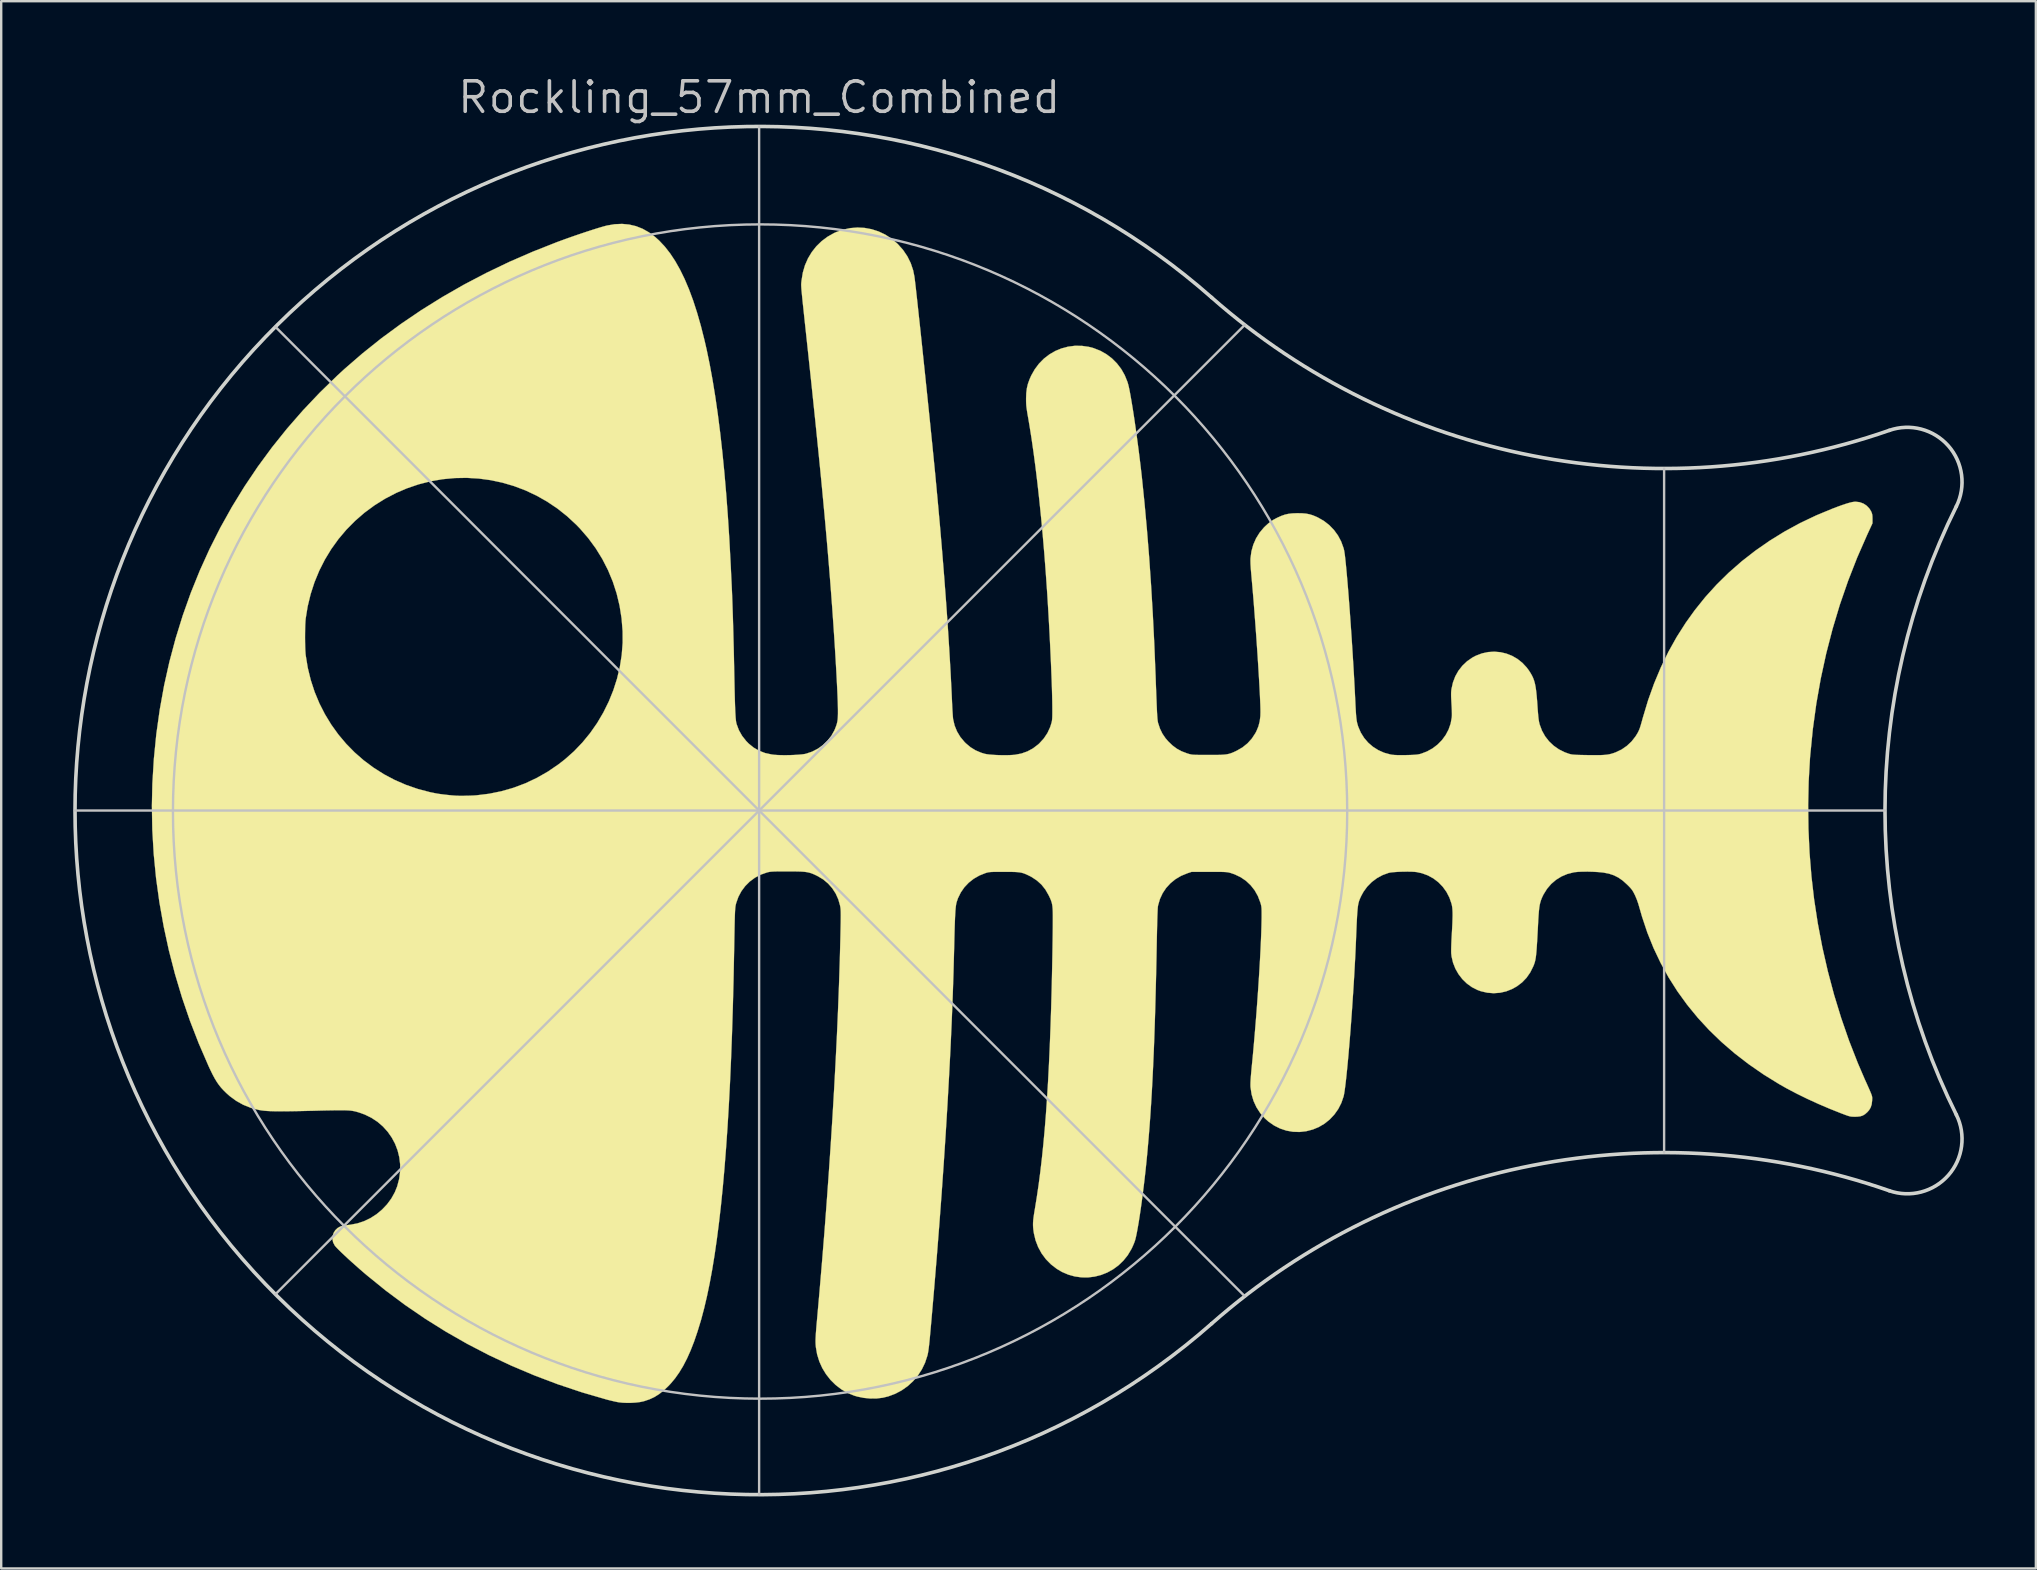
<source format=kicad_pcb>
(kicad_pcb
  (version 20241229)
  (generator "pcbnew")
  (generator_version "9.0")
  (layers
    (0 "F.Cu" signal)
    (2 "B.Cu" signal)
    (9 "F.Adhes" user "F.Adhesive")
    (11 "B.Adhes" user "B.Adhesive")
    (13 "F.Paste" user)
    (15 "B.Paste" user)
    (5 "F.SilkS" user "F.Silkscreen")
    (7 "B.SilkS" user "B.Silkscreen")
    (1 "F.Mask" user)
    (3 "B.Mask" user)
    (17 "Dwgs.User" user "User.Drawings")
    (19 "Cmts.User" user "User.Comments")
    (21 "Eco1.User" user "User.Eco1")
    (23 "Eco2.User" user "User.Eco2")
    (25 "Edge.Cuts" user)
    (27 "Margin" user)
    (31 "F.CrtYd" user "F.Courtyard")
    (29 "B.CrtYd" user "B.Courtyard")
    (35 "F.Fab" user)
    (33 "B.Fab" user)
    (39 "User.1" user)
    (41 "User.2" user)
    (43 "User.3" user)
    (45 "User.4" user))
  (footprint "Rockling_57mm_Combined"
    (layer "F.Cu")
    (at 28.577 30.716)
    (property "Reference" "Rockling_57mm_Combined" (at 0 -29.71 0) (layer "Dwgs.User") (effects (font (size 1.27 1.27) (thickness 0.15))))
    (attr through_hole)
    (fp_poly (pts (xy -5.416 -24.411) (xy -5.131 -24.344) (xy -4.856 -24.235) (xy -4.59 -24.085) (xy -4.333 -23.894) (xy -4.161 -23.739) (xy -3.93 -23.492) (xy -3.709 -23.209) (xy -3.498 -22.89) (xy -3.297 -22.534) (xy -3.105 -22.141) (xy -2.922 -21.709) (xy -2.748 -21.239) (xy -2.583 -20.729) (xy -2.426 -20.179) (xy -2.277 -19.588) (xy -2.189 -19.205) (xy -2.062 -18.592) (xy -1.942 -17.939) (xy -1.829 -17.245) (xy -1.723 -16.511) (xy -1.625 -15.738) (xy -1.534 -14.928) (xy -1.45 -14.079) (xy -1.374 -13.194) (xy -1.305 -12.273) (xy -1.244 -11.317) (xy -1.191 -10.326) (xy -1.182 -10.156) (xy -1.174 -9.978) (xy -1.166 -9.802) (xy -1.158 -9.634) (xy -1.15 -9.483) (xy -1.144 -9.357) (xy -1.14 -9.264) (xy -1.139 -9.246) (xy -1.131 -9.069) (xy -1.123 -8.856) (xy -1.114 -8.61) (xy -1.105 -8.339) (xy -1.095 -8.047) (xy -1.086 -7.74) (xy -1.077 -7.422) (xy -1.069 -7.1) (xy -1.06 -6.779) (xy -1.053 -6.464) (xy -1.047 -6.161) (xy -1.044 -6.029) (xy -1.037 -5.665) (xy -1.03 -5.341) (xy -1.024 -5.054) (xy -1.018 -4.802) (xy -1.012 -4.582) (xy -1.006 -4.392) (xy -1 -4.228) (xy -0.994 -4.09) (xy -0.987 -3.973) (xy -0.981 -3.875) (xy -0.973 -3.795) (xy -0.966 -3.728) (xy -0.957 -3.674) (xy -0.947 -3.629) (xy -0.939 -3.598) (xy -0.845 -3.347) (xy -0.712 -3.112) (xy -0.541 -2.895) (xy -0.434 -2.786) (xy -0.228 -2.62) (xy -0.001 -2.489) (xy 0.248 -2.394) (xy 0.52 -2.335) (xy 0.633 -2.321) (xy 0.775 -2.311) (xy 0.938 -2.306) (xy 1.113 -2.305) (xy 1.294 -2.308) (xy 1.471 -2.315) (xy 1.636 -2.325) (xy 1.78 -2.338) (xy 1.896 -2.354) (xy 1.951 -2.366) (xy 2.205 -2.452) (xy 2.441 -2.573) (xy 2.656 -2.725) (xy 2.845 -2.905) (xy 3.004 -3.108) (xy 3.13 -3.332) (xy 3.16 -3.401) (xy 3.201 -3.508) (xy 3.233 -3.603) (xy 3.255 -3.694) (xy 3.27 -3.789) (xy 3.278 -3.899) (xy 3.282 -4.033) (xy 3.282 -4.199) (xy 3.282 -4.208) (xy 3.279 -4.356) (xy 3.274 -4.543) (xy 3.265 -4.765) (xy 3.254 -5.019) (xy 3.24 -5.301) (xy 3.224 -5.608) (xy 3.206 -5.936) (xy 3.186 -6.283) (xy 3.164 -6.643) (xy 3.141 -7.015) (xy 3.116 -7.395) (xy 3.09 -7.778) (xy 3.063 -8.162) (xy 3.036 -8.544) (xy 3.03 -8.621) (xy 2.992 -9.133) (xy 2.952 -9.647) (xy 2.91 -10.167) (xy 2.866 -10.695) (xy 2.82 -11.233) (xy 2.771 -11.784) (xy 2.72 -12.351) (xy 2.665 -12.935) (xy 2.608 -13.54) (xy 2.547 -14.167) (xy 2.482 -14.82) (xy 2.413 -15.5) (xy 2.341 -16.211) (xy 2.263 -16.954) (xy 2.182 -17.733) (xy 2.095 -18.549) (xy 2.024 -19.215) (xy 1.982 -19.602) (xy 1.945 -19.949) (xy 1.911 -20.259) (xy 1.882 -20.533) (xy 1.856 -20.775) (xy 1.834 -20.986) (xy 1.814 -21.169) (xy 1.798 -21.326) (xy 1.785 -21.46) (xy 1.774 -21.572) (xy 1.765 -21.666) (xy 1.759 -21.743) (xy 1.755 -21.806) (xy 1.752 -21.857) (xy 1.751 -21.898) (xy 1.751 -21.933) (xy 1.753 -21.962) (xy 1.755 -21.989) (xy 1.758 -22.016) (xy 1.761 -22.045) (xy 1.765 -22.078) (xy 1.767 -22.093) (xy 1.819 -22.412) (xy 1.908 -22.716) (xy 2.033 -23.001) (xy 2.192 -23.265) (xy 2.382 -23.506) (xy 2.602 -23.72) (xy 2.85 -23.905) (xy 3.123 -24.059) (xy 3.206 -24.096) (xy 3.498 -24.2) (xy 3.796 -24.263) (xy 4.096 -24.287) (xy 4.394 -24.271) (xy 4.688 -24.216) (xy 4.974 -24.124) (xy 5.248 -23.995) (xy 5.506 -23.829) (xy 5.746 -23.627) (xy 5.785 -23.589) (xy 5.999 -23.347) (xy 6.175 -23.085) (xy 6.314 -22.805) (xy 6.414 -22.508) (xy 6.468 -22.242) (xy 6.477 -22.174) (xy 6.49 -22.066) (xy 6.507 -21.921) (xy 6.528 -21.741) (xy 6.551 -21.53) (xy 6.578 -21.29) (xy 6.607 -21.023) (xy 6.638 -20.732) (xy 6.672 -20.42) (xy 6.708 -20.089) (xy 6.745 -19.741) (xy 6.783 -19.381) (xy 6.822 -19.009) (xy 6.862 -18.628) (xy 6.903 -18.242) (xy 6.943 -17.852) (xy 6.984 -17.462) (xy 7.024 -17.073) (xy 7.064 -16.689) (xy 7.103 -16.312) (xy 7.14 -15.945) (xy 7.176 -15.59) (xy 7.211 -15.25) (xy 7.243 -14.927) (xy 7.273 -14.625) (xy 7.301 -14.344) (xy 7.326 -14.089) (xy 7.327 -14.082) (xy 7.433 -12.952) (xy 7.533 -11.844) (xy 7.625 -10.762) (xy 7.71 -9.706) (xy 7.787 -8.679) (xy 7.857 -7.684) (xy 7.918 -6.722) (xy 7.972 -5.797) (xy 8.017 -4.909) (xy 8.037 -4.462) (xy 8.044 -4.309) (xy 8.052 -4.162) (xy 8.061 -4.029) (xy 8.069 -3.918) (xy 8.076 -3.837) (xy 8.08 -3.806) (xy 8.142 -3.541) (xy 8.243 -3.293) (xy 8.381 -3.063) (xy 8.558 -2.851) (xy 8.612 -2.798) (xy 8.805 -2.636) (xy 9.013 -2.508) (xy 9.245 -2.409) (xy 9.391 -2.364) (xy 9.48 -2.346) (xy 9.604 -2.331) (xy 9.752 -2.319) (xy 9.917 -2.31) (xy 10.089 -2.305) (xy 10.261 -2.304) (xy 10.424 -2.307) (xy 10.568 -2.315) (xy 10.653 -2.322) (xy 10.924 -2.374) (xy 11.176 -2.463) (xy 11.408 -2.589) (xy 11.624 -2.754) (xy 11.672 -2.798) (xy 11.859 -3.003) (xy 12.009 -3.228) (xy 12.123 -3.475) (xy 12.177 -3.647) (xy 12.19 -3.7) (xy 12.2 -3.754) (xy 12.206 -3.817) (xy 12.211 -3.896) (xy 12.213 -3.995) (xy 12.214 -4.123) (xy 12.213 -4.286) (xy 12.213 -4.325) (xy 12.21 -4.55) (xy 12.204 -4.812) (xy 12.196 -5.109) (xy 12.185 -5.434) (xy 12.171 -5.785) (xy 12.156 -6.155) (xy 12.138 -6.542) (xy 12.119 -6.941) (xy 12.099 -7.347) (xy 12.077 -7.756) (xy 12.054 -8.163) (xy 12.03 -8.565) (xy 12.006 -8.957) (xy 11.994 -9.14) (xy 11.938 -9.936) (xy 11.878 -10.716) (xy 11.813 -11.477) (xy 11.744 -12.217) (xy 11.671 -12.932) (xy 11.595 -13.621) (xy 11.515 -14.28) (xy 11.432 -14.906) (xy 11.347 -15.498) (xy 11.259 -16.051) (xy 11.207 -16.358) (xy 11.177 -16.525) (xy 11.156 -16.66) (xy 11.14 -16.771) (xy 11.129 -16.868) (xy 11.123 -16.959) (xy 11.12 -17.054) (xy 11.12 -17.162) (xy 11.12 -17.173) (xy 11.128 -17.394) (xy 11.152 -17.589) (xy 11.195 -17.772) (xy 11.261 -17.957) (xy 11.334 -18.122) (xy 11.483 -18.385) (xy 11.66 -18.62) (xy 11.863 -18.826) (xy 12.089 -19) (xy 12.334 -19.143) (xy 12.595 -19.251) (xy 12.869 -19.324) (xy 13.151 -19.36) (xy 13.44 -19.358) (xy 13.73 -19.317) (xy 13.931 -19.264) (xy 14.208 -19.155) (xy 14.465 -19.011) (xy 14.698 -18.834) (xy 14.905 -18.627) (xy 15.083 -18.394) (xy 15.229 -18.137) (xy 15.342 -17.858) (xy 15.37 -17.765) (xy 15.398 -17.652) (xy 15.43 -17.501) (xy 15.465 -17.315) (xy 15.503 -17.097) (xy 15.544 -16.853) (xy 15.587 -16.584) (xy 15.631 -16.295) (xy 15.675 -15.99) (xy 15.72 -15.672) (xy 15.764 -15.345) (xy 15.808 -15.012) (xy 15.85 -14.677) (xy 15.89 -14.345) (xy 15.928 -14.017) (xy 15.942 -13.892) (xy 16.052 -12.822) (xy 16.153 -11.714) (xy 16.245 -10.571) (xy 16.326 -9.395) (xy 16.398 -8.189) (xy 16.46 -6.957) (xy 16.511 -5.702) (xy 16.514 -5.637) (xy 16.525 -5.312) (xy 16.536 -5.027) (xy 16.545 -4.779) (xy 16.554 -4.564) (xy 16.561 -4.381) (xy 16.568 -4.225) (xy 16.574 -4.096) (xy 16.58 -3.988) (xy 16.586 -3.901) (xy 16.591 -3.831) (xy 16.597 -3.774) (xy 16.603 -3.73) (xy 16.609 -3.694) (xy 16.615 -3.663) (xy 16.619 -3.649) (xy 16.698 -3.41) (xy 16.8 -3.2) (xy 16.931 -3.008) (xy 17.043 -2.879) (xy 17.22 -2.709) (xy 17.402 -2.574) (xy 17.6 -2.467) (xy 17.826 -2.381) (xy 17.851 -2.373) (xy 17.904 -2.357) (xy 17.95 -2.345) (xy 17.995 -2.335) (xy 18.046 -2.327) (xy 18.107 -2.322) (xy 18.184 -2.319) (xy 18.282 -2.317) (xy 18.408 -2.315) (xy 18.566 -2.315) (xy 18.715 -2.315) (xy 18.925 -2.315) (xy 19.098 -2.316) (xy 19.241 -2.32) (xy 19.359 -2.327) (xy 19.458 -2.338) (xy 19.545 -2.354) (xy 19.624 -2.376) (xy 19.703 -2.404) (xy 19.787 -2.44) (xy 19.882 -2.485) (xy 19.9 -2.494) (xy 20.137 -2.631) (xy 20.346 -2.8) (xy 20.525 -2.998) (xy 20.673 -3.224) (xy 20.716 -3.307) (xy 20.799 -3.508) (xy 20.852 -3.713) (xy 20.88 -3.935) (xy 20.884 -4.092) (xy 20.883 -4.231) (xy 20.878 -4.409) (xy 20.869 -4.622) (xy 20.858 -4.867) (xy 20.844 -5.14) (xy 20.827 -5.438) (xy 20.808 -5.757) (xy 20.787 -6.094) (xy 20.765 -6.444) (xy 20.74 -6.806) (xy 20.715 -7.175) (xy 20.688 -7.547) (xy 20.66 -7.919) (xy 20.632 -8.289) (xy 20.604 -8.651) (xy 20.575 -9.003) (xy 20.546 -9.342) (xy 20.518 -9.663) (xy 20.502 -9.839) (xy 20.482 -10.074) (xy 20.47 -10.271) (xy 20.467 -10.429) (xy 20.47 -10.516) (xy 20.508 -10.8) (xy 20.585 -11.074) (xy 20.698 -11.333) (xy 20.846 -11.573) (xy 21.027 -11.789) (xy 21.081 -11.842) (xy 21.203 -11.953) (xy 21.314 -12.041) (xy 21.427 -12.114) (xy 21.557 -12.184) (xy 21.61 -12.21) (xy 21.763 -12.278) (xy 21.904 -12.327) (xy 22.046 -12.359) (xy 22.2 -12.378) (xy 22.379 -12.385) (xy 22.44 -12.386) (xy 22.628 -12.382) (xy 22.786 -12.368) (xy 22.928 -12.34) (xy 23.067 -12.298) (xy 23.215 -12.236) (xy 23.275 -12.208) (xy 23.524 -12.066) (xy 23.749 -11.891) (xy 23.946 -11.687) (xy 24.113 -11.458) (xy 24.246 -11.207) (xy 24.344 -10.937) (xy 24.367 -10.847) (xy 24.381 -10.769) (xy 24.398 -10.652) (xy 24.416 -10.497) (xy 24.436 -10.309) (xy 24.457 -10.09) (xy 24.48 -9.842) (xy 24.504 -9.569) (xy 24.529 -9.273) (xy 24.554 -8.957) (xy 24.58 -8.624) (xy 24.606 -8.276) (xy 24.631 -7.917) (xy 24.657 -7.549) (xy 24.683 -7.175) (xy 24.707 -6.797) (xy 24.731 -6.419) (xy 24.754 -6.043) (xy 24.776 -5.672) (xy 24.796 -5.309) (xy 24.815 -4.956) (xy 24.831 -4.617) (xy 24.833 -4.589) (xy 24.843 -4.373) (xy 24.853 -4.193) (xy 24.862 -4.045) (xy 24.871 -3.924) (xy 24.882 -3.825) (xy 24.893 -3.741) (xy 24.907 -3.669) (xy 24.924 -3.603) (xy 24.943 -3.537) (xy 24.959 -3.488) (xy 25.064 -3.245) (xy 25.203 -3.023) (xy 25.373 -2.825) (xy 25.571 -2.655) (xy 25.793 -2.515) (xy 26.035 -2.407) (xy 26.294 -2.336) (xy 26.367 -2.323) (xy 26.458 -2.314) (xy 26.587 -2.308) (xy 26.747 -2.306) (xy 26.934 -2.308) (xy 26.969 -2.309) (xy 27.128 -2.313) (xy 27.252 -2.318) (xy 27.35 -2.325) (xy 27.427 -2.333) (xy 27.492 -2.345) (xy 27.553 -2.36) (xy 27.57 -2.364) (xy 27.822 -2.46) (xy 28.055 -2.589) (xy 28.264 -2.749) (xy 28.446 -2.935) (xy 28.6 -3.145) (xy 28.721 -3.375) (xy 28.807 -3.622) (xy 28.854 -3.881) (xy 28.855 -3.89) (xy 28.859 -3.958) (xy 28.859 -4.059) (xy 28.856 -4.182) (xy 28.85 -4.319) (xy 28.842 -4.46) (xy 28.833 -4.621) (xy 28.827 -4.749) (xy 28.826 -4.85) (xy 28.828 -4.935) (xy 28.835 -5.012) (xy 28.842 -5.063) (xy 28.903 -5.335) (xy 29 -5.59) (xy 29.132 -5.824) (xy 29.297 -6.034) (xy 29.491 -6.218) (xy 29.713 -6.372) (xy 29.861 -6.45) (xy 30.113 -6.546) (xy 30.369 -6.601) (xy 30.627 -6.617) (xy 30.882 -6.595) (xy 31.13 -6.537) (xy 31.368 -6.443) (xy 31.591 -6.314) (xy 31.795 -6.152) (xy 31.976 -5.958) (xy 32.072 -5.827) (xy 32.14 -5.72) (xy 32.198 -5.617) (xy 32.246 -5.514) (xy 32.286 -5.404) (xy 32.319 -5.283) (xy 32.346 -5.145) (xy 32.369 -4.985) (xy 32.389 -4.797) (xy 32.408 -4.576) (xy 32.42 -4.405) (xy 32.433 -4.212) (xy 32.446 -4.056) (xy 32.457 -3.93) (xy 32.468 -3.829) (xy 32.48 -3.746) (xy 32.493 -3.676) (xy 32.508 -3.613) (xy 32.517 -3.58) (xy 32.612 -3.326) (xy 32.742 -3.093) (xy 32.905 -2.884) (xy 33.098 -2.701) (xy 33.318 -2.547) (xy 33.562 -2.426) (xy 33.737 -2.363) (xy 33.784 -2.35) (xy 33.831 -2.339) (xy 33.883 -2.331) (xy 33.947 -2.325) (xy 34.027 -2.32) (xy 34.128 -2.316) (xy 34.258 -2.313) (xy 34.421 -2.31) (xy 34.541 -2.308) (xy 34.757 -2.306) (xy 34.937 -2.306) (xy 35.086 -2.309) (xy 35.211 -2.316) (xy 35.317 -2.326) (xy 35.41 -2.341) (xy 35.496 -2.362) (xy 35.582 -2.388) (xy 35.673 -2.421) (xy 35.692 -2.428) (xy 35.93 -2.542) (xy 36.148 -2.693) (xy 36.342 -2.875) (xy 36.509 -3.088) (xy 36.587 -3.214) (xy 36.619 -3.273) (xy 36.647 -3.332) (xy 36.674 -3.396) (xy 36.701 -3.473) (xy 36.731 -3.57) (xy 36.766 -3.692) (xy 36.809 -3.848) (xy 36.815 -3.87) (xy 37.033 -4.595) (xy 37.283 -5.293) (xy 37.564 -5.964) (xy 37.877 -6.608) (xy 38.223 -7.228) (xy 38.603 -7.824) (xy 38.977 -8.346) (xy 39.418 -8.895) (xy 39.893 -9.418) (xy 40.4 -9.916) (xy 40.938 -10.386) (xy 41.505 -10.828) (xy 42.1 -11.241) (xy 42.722 -11.625) (xy 43.369 -11.977) (xy 44.04 -12.296) (xy 44.697 -12.569) (xy 44.928 -12.657) (xy 45.123 -12.727) (xy 45.287 -12.782) (xy 45.423 -12.822) (xy 45.534 -12.849) (xy 45.624 -12.862) (xy 45.675 -12.865) (xy 45.846 -12.845) (xy 46.003 -12.788) (xy 46.142 -12.696) (xy 46.256 -12.574) (xy 46.321 -12.468) (xy 46.35 -12.401) (xy 46.368 -12.342) (xy 46.377 -12.273) (xy 46.38 -12.181) (xy 46.38 -12.156) (xy 46.38 -11.966) (xy 46.165 -11.5) (xy 45.745 -10.542) (xy 45.364 -9.567) (xy 45.021 -8.575) (xy 44.718 -7.567) (xy 44.453 -6.543) (xy 44.227 -5.505) (xy 44.041 -4.454) (xy 43.895 -3.389) (xy 43.788 -2.312) (xy 43.777 -2.176) (xy 43.722 -1.206) (xy 43.701 -0.22) (xy 43.713 0.774) (xy 43.759 1.768) (xy 43.839 2.752) (xy 43.947 3.687) (xy 44.101 4.696) (xy 44.292 5.699) (xy 44.519 6.693) (xy 44.78 7.675) (xy 45.076 8.641) (xy 45.404 9.587) (xy 45.764 10.509) (xy 46.057 11.191) (xy 46.14 11.373) (xy 46.206 11.522) (xy 46.259 11.641) (xy 46.299 11.735) (xy 46.329 11.808) (xy 46.349 11.865) (xy 46.362 11.911) (xy 46.368 11.95) (xy 46.37 11.987) (xy 46.368 12.026) (xy 46.366 12.072) (xy 46.365 12.089) (xy 46.347 12.243) (xy 46.306 12.37) (xy 46.24 12.482) (xy 46.167 12.565) (xy 46.072 12.649) (xy 45.978 12.706) (xy 45.873 12.74) (xy 45.747 12.755) (xy 45.66 12.757) (xy 45.585 12.756) (xy 45.524 12.754) (xy 45.469 12.747) (xy 45.411 12.734) (xy 45.342 12.713) (xy 45.254 12.682) (xy 45.139 12.638) (xy 45.077 12.615) (xy 44.599 12.425) (xy 44.124 12.222) (xy 43.661 12.01) (xy 43.217 11.792) (xy 42.801 11.573) (xy 42.496 11.4) (xy 41.842 10.996) (xy 41.224 10.568) (xy 40.64 10.118) (xy 40.092 9.645) (xy 39.579 9.15) (xy 39.102 8.633) (xy 38.661 8.094) (xy 38.256 7.534) (xy 37.887 6.953) (xy 37.555 6.35) (xy 37.259 5.727) (xy 37 5.084) (xy 36.779 4.42) (xy 36.687 4.099) (xy 36.625 3.886) (xy 36.562 3.706) (xy 36.496 3.55) (xy 36.481 3.518) (xy 36.433 3.423) (xy 36.39 3.347) (xy 36.343 3.281) (xy 36.285 3.213) (xy 36.208 3.133) (xy 36.158 3.084) (xy 35.98 2.923) (xy 35.799 2.796) (xy 35.608 2.699) (xy 35.401 2.63) (xy 35.169 2.585) (xy 34.971 2.565) (xy 34.742 2.552) (xy 34.521 2.546) (xy 34.316 2.547) (xy 34.135 2.554) (xy 33.985 2.568) (xy 33.935 2.576) (xy 33.67 2.643) (xy 33.424 2.747) (xy 33.199 2.886) (xy 32.997 3.058) (xy 32.823 3.261) (xy 32.679 3.492) (xy 32.644 3.562) (xy 32.602 3.654) (xy 32.568 3.743) (xy 32.54 3.835) (xy 32.517 3.934) (xy 32.499 4.049) (xy 32.484 4.184) (xy 32.471 4.346) (xy 32.458 4.541) (xy 32.452 4.661) (xy 32.437 4.954) (xy 32.423 5.209) (xy 32.411 5.429) (xy 32.399 5.616) (xy 32.388 5.776) (xy 32.377 5.91) (xy 32.366 6.022) (xy 32.354 6.117) (xy 32.341 6.197) (xy 32.326 6.266) (xy 32.31 6.327) (xy 32.292 6.383) (xy 32.271 6.439) (xy 32.249 6.492) (xy 32.123 6.745) (xy 31.968 6.968) (xy 31.784 7.16) (xy 31.569 7.323) (xy 31.372 7.434) (xy 31.123 7.533) (xy 30.865 7.592) (xy 30.6 7.611) (xy 30.334 7.59) (xy 30.073 7.53) (xy 29.923 7.476) (xy 29.691 7.358) (xy 29.481 7.206) (xy 29.294 7.024) (xy 29.134 6.816) (xy 29.004 6.588) (xy 28.907 6.342) (xy 28.846 6.083) (xy 28.831 5.951) (xy 28.829 5.888) (xy 28.829 5.79) (xy 28.832 5.665) (xy 28.837 5.519) (xy 28.844 5.359) (xy 28.853 5.193) (xy 28.854 5.179) (xy 28.868 4.926) (xy 28.879 4.711) (xy 28.885 4.529) (xy 28.889 4.376) (xy 28.888 4.248) (xy 28.883 4.141) (xy 28.875 4.049) (xy 28.863 3.969) (xy 28.847 3.896) (xy 28.845 3.888) (xy 28.756 3.629) (xy 28.633 3.391) (xy 28.479 3.177) (xy 28.297 2.989) (xy 28.089 2.83) (xy 27.86 2.704) (xy 27.612 2.613) (xy 27.387 2.564) (xy 27.288 2.554) (xy 27.161 2.548) (xy 27.015 2.546) (xy 26.859 2.547) (xy 26.701 2.551) (xy 26.55 2.559) (xy 26.416 2.569) (xy 26.306 2.581) (xy 26.23 2.596) (xy 26.229 2.596) (xy 25.973 2.689) (xy 25.736 2.818) (xy 25.521 2.979) (xy 25.333 3.169) (xy 25.176 3.385) (xy 25.087 3.547) (xy 25.056 3.613) (xy 25.029 3.672) (xy 25.006 3.73) (xy 24.986 3.789) (xy 24.969 3.852) (xy 24.954 3.924) (xy 24.941 4.008) (xy 24.93 4.108) (xy 24.92 4.226) (xy 24.91 4.367) (xy 24.901 4.534) (xy 24.891 4.731) (xy 24.881 4.961) (xy 24.87 5.228) (xy 24.864 5.391) (xy 24.849 5.736) (xy 24.832 6.095) (xy 24.812 6.465) (xy 24.791 6.844) (xy 24.768 7.229) (xy 24.743 7.618) (xy 24.717 8.006) (xy 24.691 8.392) (xy 24.663 8.773) (xy 24.635 9.145) (xy 24.606 9.507) (xy 24.577 9.854) (xy 24.549 10.186) (xy 24.52 10.497) (xy 24.492 10.787) (xy 24.465 11.052) (xy 24.439 11.289) (xy 24.414 11.495) (xy 24.391 11.668) (xy 24.369 11.805) (xy 24.349 11.902) (xy 24.346 11.914) (xy 24.253 12.184) (xy 24.125 12.435) (xy 23.963 12.664) (xy 23.772 12.868) (xy 23.555 13.043) (xy 23.314 13.186) (xy 23.07 13.287) (xy 22.792 13.36) (xy 22.512 13.392) (xy 22.235 13.383) (xy 21.963 13.335) (xy 21.701 13.247) (xy 21.451 13.122) (xy 21.218 12.96) (xy 21.063 12.821) (xy 20.872 12.602) (xy 20.716 12.361) (xy 20.596 12.1) (xy 20.514 11.822) (xy 20.471 11.531) (xy 20.469 11.508) (xy 20.467 11.427) (xy 20.469 11.324) (xy 20.476 11.195) (xy 20.488 11.035) (xy 20.505 10.841) (xy 20.522 10.661) (xy 20.564 10.235) (xy 20.604 9.794) (xy 20.643 9.342) (xy 20.681 8.883) (xy 20.718 8.421) (xy 20.752 7.96) (xy 20.784 7.505) (xy 20.814 7.058) (xy 20.841 6.624) (xy 20.865 6.207) (xy 20.886 5.81) (xy 20.903 5.438) (xy 20.917 5.096) (xy 20.926 4.785) (xy 20.932 4.511) (xy 20.933 4.417) (xy 20.933 4.275) (xy 20.932 4.166) (xy 20.929 4.082) (xy 20.923 4.016) (xy 20.913 3.957) (xy 20.899 3.899) (xy 20.879 3.831) (xy 20.878 3.829) (xy 20.776 3.563) (xy 20.641 3.323) (xy 20.475 3.112) (xy 20.28 2.929) (xy 20.058 2.778) (xy 19.809 2.659) (xy 19.642 2.602) (xy 19.596 2.589) (xy 19.552 2.579) (xy 19.505 2.571) (xy 19.45 2.565) (xy 19.382 2.561) (xy 19.295 2.558) (xy 19.185 2.556) (xy 19.046 2.555) (xy 18.873 2.555) (xy 18.747 2.555) (xy 18.017 2.555) (xy 17.837 2.615) (xy 17.577 2.722) (xy 17.342 2.861) (xy 17.134 3.03) (xy 16.955 3.225) (xy 16.809 3.444) (xy 16.697 3.684) (xy 16.621 3.944) (xy 16.61 4.001) (xy 16.606 4.045) (xy 16.601 4.126) (xy 16.596 4.241) (xy 16.59 4.386) (xy 16.585 4.555) (xy 16.58 4.746) (xy 16.575 4.953) (xy 16.57 5.173) (xy 16.567 5.317) (xy 16.552 6.11) (xy 16.536 6.862) (xy 16.518 7.578) (xy 16.5 8.258) (xy 16.48 8.905) (xy 16.459 9.521) (xy 16.436 10.11) (xy 16.411 10.673) (xy 16.385 11.212) (xy 16.357 11.73) (xy 16.327 12.23) (xy 16.295 12.714) (xy 16.261 13.183) (xy 16.224 13.641) (xy 16.185 14.09) (xy 16.163 14.334) (xy 16.13 14.668) (xy 16.095 15.006) (xy 16.057 15.343) (xy 16.017 15.676) (xy 15.976 16.001) (xy 15.935 16.315) (xy 15.893 16.614) (xy 15.851 16.894) (xy 15.811 17.151) (xy 15.771 17.382) (xy 15.734 17.584) (xy 15.699 17.752) (xy 15.667 17.883) (xy 15.655 17.922) (xy 15.625 18.007) (xy 15.581 18.112) (xy 15.532 18.221) (xy 15.506 18.272) (xy 15.354 18.527) (xy 15.173 18.752) (xy 14.968 18.949) (xy 14.743 19.114) (xy 14.5 19.248) (xy 14.244 19.349) (xy 13.977 19.417) (xy 13.704 19.451) (xy 13.428 19.449) (xy 13.152 19.411) (xy 12.88 19.336) (xy 12.616 19.223) (xy 12.398 19.094) (xy 12.156 18.907) (xy 11.945 18.692) (xy 11.767 18.452) (xy 11.623 18.189) (xy 11.514 17.906) (xy 11.443 17.605) (xy 11.423 17.463) (xy 11.413 17.363) (xy 11.409 17.269) (xy 11.41 17.174) (xy 11.417 17.07) (xy 11.431 16.949) (xy 11.452 16.804) (xy 11.481 16.626) (xy 11.488 16.588) (xy 11.568 16.091) (xy 11.644 15.576) (xy 11.714 15.04) (xy 11.779 14.483) (xy 11.839 13.902) (xy 11.895 13.294) (xy 11.946 12.659) (xy 11.992 11.993) (xy 12.035 11.295) (xy 12.073 10.562) (xy 12.108 9.794) (xy 12.139 8.987) (xy 12.164 8.227) (xy 12.173 7.892) (xy 12.183 7.538) (xy 12.192 7.172) (xy 12.2 6.801) (xy 12.208 6.43) (xy 12.215 6.067) (xy 12.221 5.718) (xy 12.226 5.391) (xy 12.23 5.091) (xy 12.233 4.825) (xy 12.233 4.777) (xy 12.234 4.559) (xy 12.234 4.378) (xy 12.232 4.228) (xy 12.227 4.104) (xy 12.218 4) (xy 12.205 3.912) (xy 12.187 3.833) (xy 12.162 3.758) (xy 12.132 3.682) (xy 12.093 3.598) (xy 12.059 3.528) (xy 11.924 3.292) (xy 11.762 3.089) (xy 11.572 2.917) (xy 11.352 2.771) (xy 11.264 2.725) (xy 11.169 2.679) (xy 11.086 2.642) (xy 11.008 2.613) (xy 10.929 2.591) (xy 10.843 2.576) (xy 10.743 2.565) (xy 10.623 2.559) (xy 10.476 2.556) (xy 10.297 2.555) (xy 10.196 2.555) (xy 10.018 2.555) (xy 9.878 2.555) (xy 9.767 2.557) (xy 9.682 2.56) (xy 9.615 2.565) (xy 9.562 2.572) (xy 9.515 2.581) (xy 9.47 2.593) (xy 9.434 2.604) (xy 9.177 2.706) (xy 8.941 2.841) (xy 8.731 3.006) (xy 8.549 3.198) (xy 8.399 3.415) (xy 8.282 3.653) (xy 8.226 3.818) (xy 8.214 3.867) (xy 8.203 3.925) (xy 8.193 3.995) (xy 8.184 4.079) (xy 8.175 4.182) (xy 8.168 4.305) (xy 8.16 4.452) (xy 8.153 4.625) (xy 8.146 4.828) (xy 8.139 5.063) (xy 8.132 5.333) (xy 8.125 5.642) (xy 8.121 5.782) (xy 8.095 6.769) (xy 8.061 7.796) (xy 8.018 8.861) (xy 7.968 9.963) (xy 7.909 11.099) (xy 7.843 12.268) (xy 7.77 13.469) (xy 7.689 14.699) (xy 7.601 15.958) (xy 7.505 17.243) (xy 7.402 18.552) (xy 7.292 19.884) (xy 7.175 21.238) (xy 7.136 21.673) (xy 7.115 21.906) (xy 7.096 22.102) (xy 7.079 22.265) (xy 7.063 22.399) (xy 7.048 22.508) (xy 7.033 22.598) (xy 7.017 22.673) (xy 7.008 22.71) (xy 6.91 23.007) (xy 6.776 23.285) (xy 6.609 23.541) (xy 6.412 23.774) (xy 6.188 23.979) (xy 5.939 24.155) (xy 5.67 24.298) (xy 5.382 24.406) (xy 5.15 24.463) (xy 4.898 24.494) (xy 4.629 24.496) (xy 4.355 24.469) (xy 4.09 24.415) (xy 3.955 24.375) (xy 3.678 24.261) (xy 3.419 24.111) (xy 3.183 23.929) (xy 2.97 23.718) (xy 2.785 23.482) (xy 2.628 23.225) (xy 2.504 22.948) (xy 2.414 22.656) (xy 2.362 22.353) (xy 2.352 22.233) (xy 2.349 22.149) (xy 2.349 22.052) (xy 2.354 21.934) (xy 2.362 21.793) (xy 2.375 21.621) (xy 2.392 21.415) (xy 2.404 21.287) (xy 2.514 20.04) (xy 2.619 18.798) (xy 2.719 17.564) (xy 2.812 16.34) (xy 2.899 15.13) (xy 2.98 13.936) (xy 3.055 12.76) (xy 3.123 11.606) (xy 3.184 10.476) (xy 3.239 9.373) (xy 3.286 8.3) (xy 3.326 7.258) (xy 3.359 6.252) (xy 3.384 5.283) (xy 3.393 4.872) (xy 3.397 4.671) (xy 3.399 4.507) (xy 3.4 4.374) (xy 3.399 4.268) (xy 3.397 4.183) (xy 3.393 4.114) (xy 3.387 4.055) (xy 3.378 4.001) (xy 3.371 3.962) (xy 3.297 3.702) (xy 3.188 3.459) (xy 3.044 3.237) (xy 2.87 3.04) (xy 2.668 2.871) (xy 2.445 2.737) (xy 2.342 2.686) (xy 2.251 2.645) (xy 2.166 2.612) (xy 2.082 2.587) (xy 1.992 2.568) (xy 1.891 2.554) (xy 1.773 2.545) (xy 1.631 2.54) (xy 1.461 2.537) (xy 1.255 2.536) (xy 1.189 2.536) (xy 0.996 2.536) (xy 0.84 2.537) (xy 0.716 2.538) (xy 0.618 2.541) (xy 0.54 2.545) (xy 0.478 2.55) (xy 0.426 2.558) (xy 0.378 2.567) (xy 0.33 2.58) (xy 0.321 2.582) (xy 0.062 2.673) (xy -0.177 2.8) (xy -0.393 2.959) (xy -0.581 3.147) (xy -0.74 3.36) (xy -0.866 3.597) (xy -0.957 3.854) (xy -0.96 3.868) (xy -0.97 3.904) (xy -0.978 3.939) (xy -0.985 3.976) (xy -0.991 4.019) (xy -0.996 4.069) (xy -1.001 4.131) (xy -1.006 4.207) (xy -1.01 4.3) (xy -1.014 4.412) (xy -1.018 4.547) (xy -1.022 4.708) (xy -1.026 4.897) (xy -1.03 5.117) (xy -1.035 5.372) (xy -1.04 5.665) (xy -1.045 5.909) (xy -1.068 7.073) (xy -1.097 8.196) (xy -1.131 9.276) (xy -1.17 10.316) (xy -1.214 11.315) (xy -1.264 12.273) (xy -1.319 13.192) (xy -1.38 14.07) (xy -1.446 14.908) (xy -1.517 15.708) (xy -1.594 16.468) (xy -1.677 17.19) (xy -1.765 17.873) (xy -1.858 18.518) (xy -1.957 19.125) (xy -2.062 19.695) (xy -2.173 20.228) (xy -2.289 20.723) (xy -2.41 21.182) (xy -2.431 21.255) (xy -2.569 21.706) (xy -2.709 22.117) (xy -2.855 22.491) (xy -3.006 22.829) (xy -3.164 23.135) (xy -3.33 23.41) (xy -3.505 23.658) (xy -3.691 23.88) (xy -3.794 23.988) (xy -3.988 24.169) (xy -4.175 24.316) (xy -4.364 24.434) (xy -4.562 24.527) (xy -4.779 24.601) (xy -4.817 24.612) (xy -4.962 24.643) (xy -5.134 24.664) (xy -5.324 24.676) (xy -5.516 24.678) (xy -5.7 24.67) (xy -5.857 24.652) (xy -5.948 24.635) (xy -6.066 24.609) (xy -6.197 24.578) (xy -6.329 24.545) (xy -6.365 24.535) (xy -7.381 24.239) (xy -8.378 23.906) (xy -9.355 23.537) (xy -10.312 23.133) (xy -11.247 22.694) (xy -12.16 22.22) (xy -13.049 21.713) (xy -13.914 21.172) (xy -14.753 20.598) (xy -15.566 19.992) (xy -16.352 19.354) (xy -16.443 19.277) (xy -16.624 19.121) (xy -16.801 18.964) (xy -16.972 18.812) (xy -17.133 18.666) (xy -17.28 18.529) (xy -17.41 18.406) (xy -17.52 18.298) (xy -17.606 18.21) (xy -17.665 18.144) (xy -17.684 18.119) (xy -17.749 17.991) (xy -17.777 17.857) (xy -17.769 17.724) (xy -17.729 17.598) (xy -17.66 17.486) (xy -17.563 17.393) (xy -17.443 17.327) (xy -17.342 17.299) (xy -17.267 17.287) (xy -17.167 17.273) (xy -17.061 17.259) (xy -17.025 17.255) (xy -16.736 17.2) (xy -16.456 17.107) (xy -16.189 16.978) (xy -15.938 16.816) (xy -15.709 16.624) (xy -15.503 16.407) (xy -15.325 16.166) (xy -15.18 15.905) (xy -15.08 15.657) (xy -14.999 15.351) (xy -14.958 15.046) (xy -14.956 14.743) (xy -14.992 14.447) (xy -15.063 14.159) (xy -15.168 13.884) (xy -15.306 13.625) (xy -15.475 13.384) (xy -15.673 13.164) (xy -15.899 12.969) (xy -16.151 12.803) (xy -16.428 12.667) (xy -16.614 12.599) (xy -16.688 12.575) (xy -16.755 12.555) (xy -16.82 12.537) (xy -16.885 12.523) (xy -16.954 12.511) (xy -17.03 12.501) (xy -17.117 12.494) (xy -17.218 12.49) (xy -17.336 12.487) (xy -17.475 12.487) (xy -17.638 12.488) (xy -17.829 12.491) (xy -18.051 12.495) (xy -18.307 12.501) (xy -18.601 12.509) (xy -18.706 12.511) (xy -19.047 12.519) (xy -19.349 12.525) (xy -19.614 12.529) (xy -19.847 12.531) (xy -20.05 12.531) (xy -20.227 12.528) (xy -20.38 12.523) (xy -20.512 12.516) (xy -20.627 12.506) (xy -20.728 12.494) (xy -20.818 12.479) (xy -20.85 12.473) (xy -21.183 12.384) (xy -21.495 12.259) (xy -21.785 12.097) (xy -22.056 11.898) (xy -22.193 11.776) (xy -22.312 11.659) (xy -22.416 11.546) (xy -22.509 11.429) (xy -22.596 11.304) (xy -22.682 11.162) (xy -22.77 10.998) (xy -22.864 10.806) (xy -22.942 10.638) (xy -23.346 9.706) (xy -23.714 8.757) (xy -24.044 7.792) (xy -24.337 6.814) (xy -24.592 5.825) (xy -24.808 4.828) (xy -24.986 3.825) (xy -25.125 2.818) (xy -25.223 1.809) (xy -25.282 0.801) (xy -25.299 -0.203) (xy -25.279 -1.118) (xy -25.216 -2.16) (xy -25.114 -3.19) (xy -24.971 -4.207) (xy -24.79 -5.21) (xy -24.569 -6.198) (xy -24.31 -7.171) (xy -24.302 -7.196) (xy -18.919 -7.196) (xy -18.917 -7.006) (xy -18.913 -6.826) (xy -18.907 -6.666) (xy -18.898 -6.535) (xy -18.892 -6.473) (xy -18.806 -5.947) (xy -18.681 -5.437) (xy -18.52 -4.943) (xy -18.323 -4.468) (xy -18.091 -4.013) (xy -17.827 -3.579) (xy -17.532 -3.168) (xy -17.207 -2.782) (xy -16.854 -2.422) (xy -16.474 -2.09) (xy -16.068 -1.787) (xy -15.638 -1.514) (xy -15.186 -1.274) (xy -14.712 -1.068) (xy -14.219 -0.897) (xy -13.708 -0.763) (xy -13.49 -0.719) (xy -13.386 -0.7) (xy -13.276 -0.684) (xy -13.152 -0.668) (xy -13.006 -0.651) (xy -12.83 -0.633) (xy -12.728 -0.624) (xy -12.632 -0.618) (xy -12.504 -0.614) (xy -12.356 -0.614) (xy -12.198 -0.615) (xy -12.042 -0.619) (xy -11.898 -0.625) (xy -11.782 -0.633) (xy -11.252 -0.698) (xy -10.733 -0.804) (xy -10.228 -0.95) (xy -9.736 -1.135) (xy -9.26 -1.36) (xy -8.801 -1.622) (xy -8.361 -1.923) (xy -8.092 -2.132) (xy -7.713 -2.469) (xy -7.362 -2.836) (xy -7.04 -3.229) (xy -6.749 -3.646) (xy -6.491 -4.084) (xy -6.266 -4.539) (xy -6.076 -5.01) (xy -5.921 -5.493) (xy -5.804 -5.985) (xy -5.726 -6.484) (xy -5.687 -6.987) (xy -5.689 -7.468) (xy -5.732 -8.005) (xy -5.815 -8.53) (xy -5.938 -9.042) (xy -6.099 -9.538) (xy -6.299 -10.019) (xy -6.536 -10.481) (xy -6.809 -10.924) (xy -7.119 -11.346) (xy -7.465 -11.746) (xy -7.616 -11.903) (xy -8.001 -12.26) (xy -8.408 -12.583) (xy -8.835 -12.87) (xy -9.279 -13.121) (xy -9.738 -13.337) (xy -10.211 -13.516) (xy -10.694 -13.658) (xy -11.186 -13.763) (xy -11.684 -13.83) (xy -12.186 -13.859) (xy -12.69 -13.85) (xy -13.193 -13.802) (xy -13.694 -13.715) (xy -14.19 -13.588) (xy -14.679 -13.421) (xy -15.113 -13.235) (xy -15.582 -12.991) (xy -16.026 -12.714) (xy -16.444 -12.406) (xy -16.834 -12.067) (xy -17.196 -11.701) (xy -17.527 -11.309) (xy -17.827 -10.892) (xy -18.094 -10.452) (xy -18.327 -9.992) (xy -18.525 -9.512) (xy -18.686 -9.015) (xy -18.81 -8.503) (xy -18.892 -7.997) (xy -18.902 -7.886) (xy -18.91 -7.742) (xy -18.915 -7.573) (xy -18.918 -7.388) (xy -18.919 -7.196) (xy -24.302 -7.196) (xy -24.013 -8.128) (xy -23.678 -9.069) (xy -23.305 -9.992) (xy -22.895 -10.897) (xy -22.448 -11.783) (xy -21.964 -12.65) (xy -21.444 -13.497) (xy -20.888 -14.323) (xy -20.297 -15.127) (xy -19.67 -15.909) (xy -19.008 -16.668) (xy -18.312 -17.403) (xy -17.581 -18.114) (xy -17.279 -18.392) (xy -16.525 -19.045) (xy -15.739 -19.673) (xy -14.92 -20.274) (xy -14.072 -20.849) (xy -13.194 -21.395) (xy -12.29 -21.913) (xy -11.358 -22.401) (xy -10.403 -22.859) (xy -9.423 -23.285) (xy -8.422 -23.68) (xy -8.103 -23.797) (xy -7.876 -23.878) (xy -7.645 -23.959) (xy -7.415 -24.037) (xy -7.191 -24.112) (xy -6.979 -24.181) (xy -6.784 -24.243) (xy -6.612 -24.295) (xy -6.467 -24.337) (xy -6.355 -24.366) (xy -6.337 -24.371) (xy -6.018 -24.425) (xy -5.711 -24.438) (xy -5.416 -24.411)) (stroke (width 0.01) (type solid)) (fill yes) (layer "F.SilkS"))
    (fp_line (start -0.002 -28.498) (end -0.002 28.502) (stroke (width 0.1) (type solid)) (layer "Dwgs.User"))
    (fp_line (start 20.23 -20.23) (end -20.154 20.154) (stroke (width 0.1) (type solid)) (layer "Dwgs.User"))
    (fp_line (start 20.23 20.234) (end -20.154 -20.151) (stroke (width 0.1) (type solid)) (layer "Dwgs.User"))
    (fp_line (start 37.7 -14.248) (end 37.7 14.252) (stroke (width 0.1) (type solid)) (layer "Dwgs.User"))
    (fp_line (start 46.902 0.002) (end -28.502 0.002) (stroke (width 0.1) (type solid)) (layer "Dwgs.User"))
    (fp_circle (center 0.038 0.042) (end 24.498 0.042) (stroke (width 0.1) (type solid)) (fill no) (layer "Dwgs.User"))
    (fp_arc (start 18.849158 21.376819) (mid -28.501818 0.001818) (end 18.849159 -21.37318) (stroke (width 0.15) (type solid)) (layer "Edge.Cuts"))
    (fp_arc (start 18.849158 21.376819) (mid 32.215308 14.784576) (end 47.081298 15.84004) (stroke (width 0.15) (type solid)) (layer "Edge.Cuts"))
    (fp_arc (start 47.081297 -15.836402) (mid 49.541791 -15.191539) (end 49.874036 -12.669736) (stroke (width 0.15) (type solid)) (layer "Edge.Cuts"))
    (fp_arc (start 47.081299 -15.836402) (mid 32.21531 -14.780937) (end 18.849159 -21.37318) (stroke (width 0.15) (type solid)) (layer "Edge.Cuts"))
    (fp_arc (start 49.874035 12.673374) (mid 49.54179 15.195176) (end 47.081298 15.84004) (stroke (width 0.15) (type solid)) (layer "Edge.Cuts"))
    (fp_arc (start 49.874036 12.673374) (mid 46.902093 0.001819) (end 49.874036 -12.669736) (stroke (width 0.15) (type solid)) (layer "Edge.Cuts")))
  (gr_rect
    (start -3 -3)
    (end 81.764 62.293)
    (stroke (width 0.1) (type default))
    (fill no)
    (layer "Edge.Cuts")))
</source>
